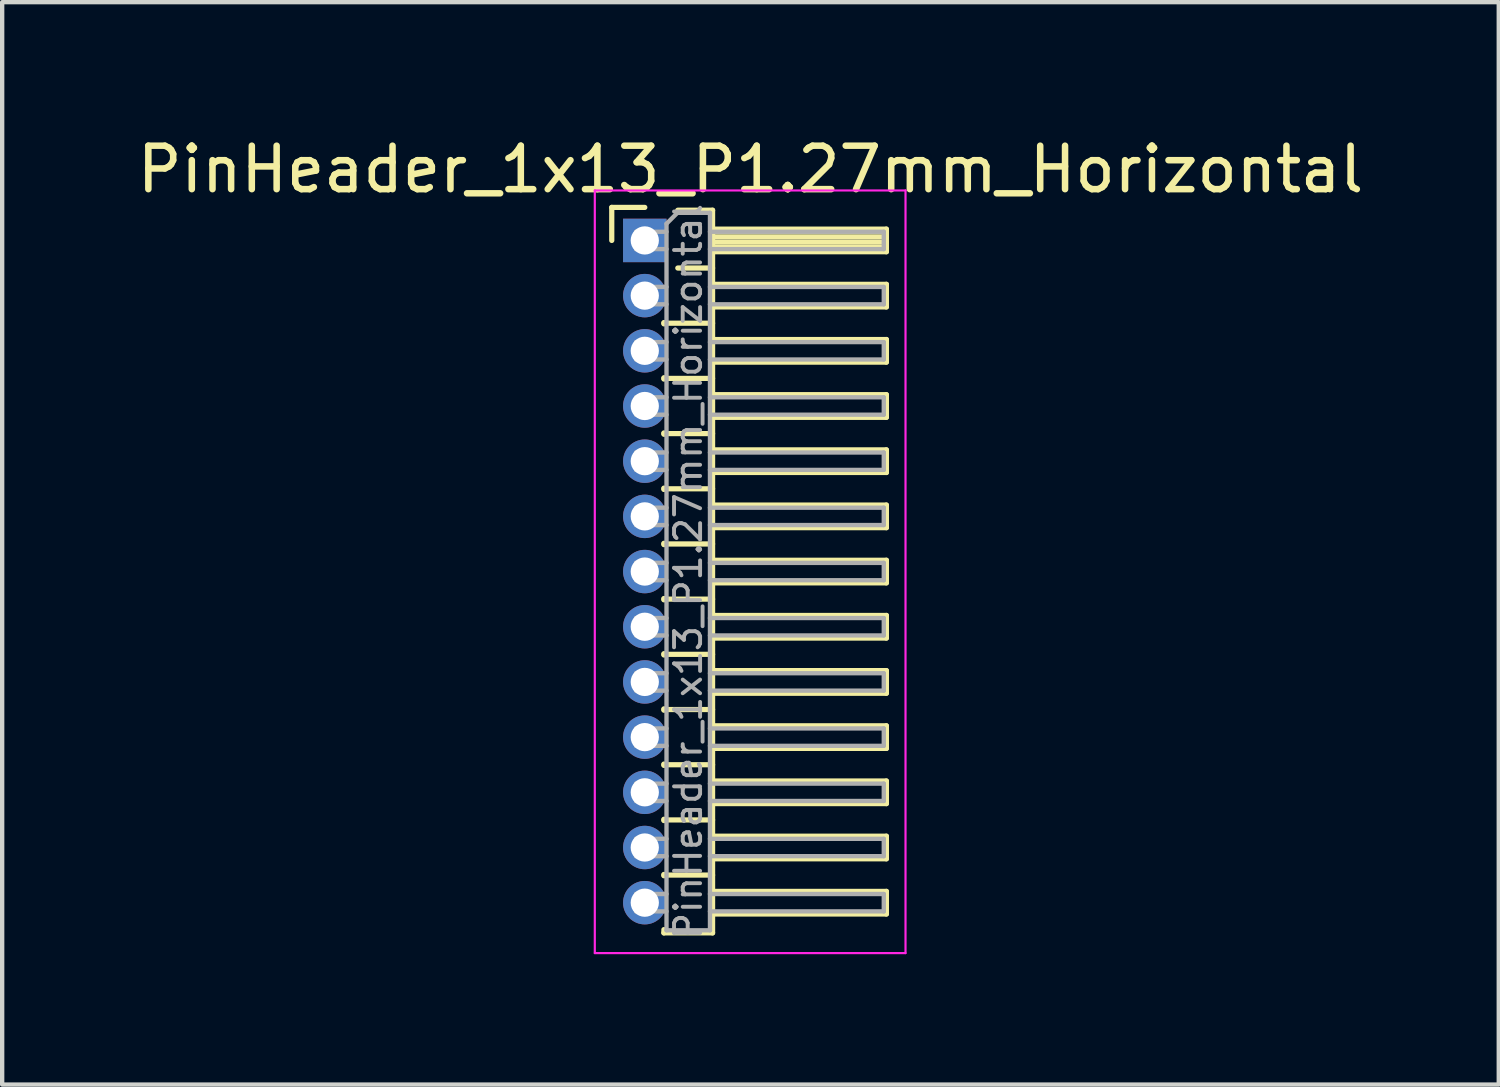
<source format=kicad_pcb>
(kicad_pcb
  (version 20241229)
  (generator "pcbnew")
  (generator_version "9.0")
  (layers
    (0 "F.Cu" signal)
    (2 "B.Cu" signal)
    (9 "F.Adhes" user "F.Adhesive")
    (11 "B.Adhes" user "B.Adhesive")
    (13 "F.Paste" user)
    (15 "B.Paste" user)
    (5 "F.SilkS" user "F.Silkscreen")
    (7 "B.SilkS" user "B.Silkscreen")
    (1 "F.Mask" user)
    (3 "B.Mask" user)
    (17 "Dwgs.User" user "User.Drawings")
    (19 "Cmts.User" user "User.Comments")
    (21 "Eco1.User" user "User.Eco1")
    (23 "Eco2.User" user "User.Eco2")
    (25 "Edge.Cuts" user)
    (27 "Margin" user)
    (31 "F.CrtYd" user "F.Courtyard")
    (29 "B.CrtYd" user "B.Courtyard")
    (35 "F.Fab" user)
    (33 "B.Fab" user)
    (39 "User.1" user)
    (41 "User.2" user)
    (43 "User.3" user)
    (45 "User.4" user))
  (footprint "PinHeader_1x13_P1.27mm_Horizontal"
    (layer "F.Cu")
    (at 11.788 2.483)
    (property "Reference" "PinHeader_1x13_P1.27mm_Horizontal" (at 2.433 -1.635 0) (layer "F.SilkS") (effects (font (size 1 1) (thickness 0.15))))
    (attr through_hole)
    (fp_line (start -0.76 -0.76) (end 0 -0.76) (stroke (width 0.12) (type solid)) (layer "F.SilkS"))
    (fp_line (start -0.76 0) (end -0.76 -0.76) (stroke (width 0.12) (type solid)) (layer "F.SilkS"))
    (fp_line (start 0.44 1.89) (end 0.44 1.92) (stroke (width 0.12) (type solid)) (layer "F.SilkS"))
    (fp_line (start 0.44 1.905) (end 1.56 1.905) (stroke (width 0.12) (type solid)) (layer "F.SilkS"))
    (fp_line (start 0.44 3.16) (end 0.44 3.19) (stroke (width 0.12) (type solid)) (layer "F.SilkS"))
    (fp_line (start 0.44 3.175) (end 1.56 3.175) (stroke (width 0.12) (type solid)) (layer "F.SilkS"))
    (fp_line (start 0.44 4.43) (end 0.44 4.46) (stroke (width 0.12) (type solid)) (layer "F.SilkS"))
    (fp_line (start 0.44 4.445) (end 1.56 4.445) (stroke (width 0.12) (type solid)) (layer "F.SilkS"))
    (fp_line (start 0.44 5.7) (end 0.44 5.73) (stroke (width 0.12) (type solid)) (layer "F.SilkS"))
    (fp_line (start 0.44 5.715) (end 1.56 5.715) (stroke (width 0.12) (type solid)) (layer "F.SilkS"))
    (fp_line (start 0.44 6.97) (end 0.44 7) (stroke (width 0.12) (type solid)) (layer "F.SilkS"))
    (fp_line (start 0.44 6.985) (end 1.56 6.985) (stroke (width 0.12) (type solid)) (layer "F.SilkS"))
    (fp_line (start 0.44 8.24) (end 0.44 8.27) (stroke (width 0.12) (type solid)) (layer "F.SilkS"))
    (fp_line (start 0.44 8.255) (end 1.56 8.255) (stroke (width 0.12) (type solid)) (layer "F.SilkS"))
    (fp_line (start 0.44 9.51) (end 0.44 9.54) (stroke (width 0.12) (type solid)) (layer "F.SilkS"))
    (fp_line (start 0.44 9.525) (end 1.56 9.525) (stroke (width 0.12) (type solid)) (layer "F.SilkS"))
    (fp_line (start 0.44 10.78) (end 0.44 10.81) (stroke (width 0.12) (type solid)) (layer "F.SilkS"))
    (fp_line (start 0.44 10.795) (end 1.56 10.795) (stroke (width 0.12) (type solid)) (layer "F.SilkS"))
    (fp_line (start 0.44 12.05) (end 0.44 12.08) (stroke (width 0.12) (type solid)) (layer "F.SilkS"))
    (fp_line (start 0.44 12.065) (end 1.56 12.065) (stroke (width 0.12) (type solid)) (layer "F.SilkS"))
    (fp_line (start 0.44 13.32) (end 0.44 13.35) (stroke (width 0.12) (type solid)) (layer "F.SilkS"))
    (fp_line (start 0.44 13.335) (end 1.56 13.335) (stroke (width 0.12) (type solid)) (layer "F.SilkS"))
    (fp_line (start 0.44 14.59) (end 0.44 14.62) (stroke (width 0.12) (type solid)) (layer "F.SilkS"))
    (fp_line (start 0.44 14.605) (end 1.56 14.605) (stroke (width 0.12) (type solid)) (layer "F.SilkS"))
    (fp_line (start 0.44 15.935) (end 0.44 15.86) (stroke (width 0.12) (type solid)) (layer "F.SilkS"))
    (fp_line (start 0.76 -0.695) (end 1.56 -0.695) (stroke (width 0.12) (type solid)) (layer "F.SilkS"))
    (fp_line (start 0.76 0.635) (end 1.56 0.635) (stroke (width 0.12) (type solid)) (layer "F.SilkS"))
    (fp_line (start 1.56 -0.695) (end 1.56 15.935) (stroke (width 0.12) (type solid)) (layer "F.SilkS"))
    (fp_line (start 1.56 -0.26) (end 5.56 -0.26) (stroke (width 0.12) (type solid)) (layer "F.SilkS"))
    (fp_line (start 1.56 -0.2) (end 5.56 -0.2) (stroke (width 0.12) (type solid)) (layer "F.SilkS"))
    (fp_line (start 1.56 -0.08) (end 5.56 -0.08) (stroke (width 0.12) (type solid)) (layer "F.SilkS"))
    (fp_line (start 1.56 0.04) (end 5.56 0.04) (stroke (width 0.12) (type solid)) (layer "F.SilkS"))
    (fp_line (start 1.56 0.16) (end 5.56 0.16) (stroke (width 0.12) (type solid)) (layer "F.SilkS"))
    (fp_line (start 1.56 1.01) (end 5.56 1.01) (stroke (width 0.12) (type solid)) (layer "F.SilkS"))
    (fp_line (start 1.56 2.28) (end 5.56 2.28) (stroke (width 0.12) (type solid)) (layer "F.SilkS"))
    (fp_line (start 1.56 3.55) (end 5.56 3.55) (stroke (width 0.12) (type solid)) (layer "F.SilkS"))
    (fp_line (start 1.56 4.82) (end 5.56 4.82) (stroke (width 0.12) (type solid)) (layer "F.SilkS"))
    (fp_line (start 1.56 6.09) (end 5.56 6.09) (stroke (width 0.12) (type solid)) (layer "F.SilkS"))
    (fp_line (start 1.56 7.36) (end 5.56 7.36) (stroke (width 0.12) (type solid)) (layer "F.SilkS"))
    (fp_line (start 1.56 8.63) (end 5.56 8.63) (stroke (width 0.12) (type solid)) (layer "F.SilkS"))
    (fp_line (start 1.56 9.9) (end 5.56 9.9) (stroke (width 0.12) (type solid)) (layer "F.SilkS"))
    (fp_line (start 1.56 11.17) (end 5.56 11.17) (stroke (width 0.12) (type solid)) (layer "F.SilkS"))
    (fp_line (start 1.56 12.44) (end 5.56 12.44) (stroke (width 0.12) (type solid)) (layer "F.SilkS"))
    (fp_line (start 1.56 13.71) (end 5.56 13.71) (stroke (width 0.12) (type solid)) (layer "F.SilkS"))
    (fp_line (start 1.56 14.98) (end 5.56 14.98) (stroke (width 0.12) (type solid)) (layer "F.SilkS"))
    (fp_line (start 1.56 15.935) (end 0.44 15.935) (stroke (width 0.12) (type solid)) (layer "F.SilkS"))
    (fp_line (start 5.56 -0.26) (end 5.56 0.26) (stroke (width 0.12) (type solid)) (layer "F.SilkS"))
    (fp_line (start 5.56 0.26) (end 1.56 0.26) (stroke (width 0.12) (type solid)) (layer "F.SilkS"))
    (fp_line (start 5.56 1.01) (end 5.56 1.53) (stroke (width 0.12) (type solid)) (layer "F.SilkS"))
    (fp_line (start 5.56 1.53) (end 1.56 1.53) (stroke (width 0.12) (type solid)) (layer "F.SilkS"))
    (fp_line (start 5.56 2.28) (end 5.56 2.8) (stroke (width 0.12) (type solid)) (layer "F.SilkS"))
    (fp_line (start 5.56 2.8) (end 1.56 2.8) (stroke (width 0.12) (type solid)) (layer "F.SilkS"))
    (fp_line (start 5.56 3.55) (end 5.56 4.07) (stroke (width 0.12) (type solid)) (layer "F.SilkS"))
    (fp_line (start 5.56 4.07) (end 1.56 4.07) (stroke (width 0.12) (type solid)) (layer "F.SilkS"))
    (fp_line (start 5.56 4.82) (end 5.56 5.34) (stroke (width 0.12) (type solid)) (layer "F.SilkS"))
    (fp_line (start 5.56 5.34) (end 1.56 5.34) (stroke (width 0.12) (type solid)) (layer "F.SilkS"))
    (fp_line (start 5.56 6.09) (end 5.56 6.61) (stroke (width 0.12) (type solid)) (layer "F.SilkS"))
    (fp_line (start 5.56 6.61) (end 1.56 6.61) (stroke (width 0.12) (type solid)) (layer "F.SilkS"))
    (fp_line (start 5.56 7.36) (end 5.56 7.88) (stroke (width 0.12) (type solid)) (layer "F.SilkS"))
    (fp_line (start 5.56 7.88) (end 1.56 7.88) (stroke (width 0.12) (type solid)) (layer "F.SilkS"))
    (fp_line (start 5.56 8.63) (end 5.56 9.15) (stroke (width 0.12) (type solid)) (layer "F.SilkS"))
    (fp_line (start 5.56 9.15) (end 1.56 9.15) (stroke (width 0.12) (type solid)) (layer "F.SilkS"))
    (fp_line (start 5.56 9.9) (end 5.56 10.42) (stroke (width 0.12) (type solid)) (layer "F.SilkS"))
    (fp_line (start 5.56 10.42) (end 1.56 10.42) (stroke (width 0.12) (type solid)) (layer "F.SilkS"))
    (fp_line (start 5.56 11.17) (end 5.56 11.69) (stroke (width 0.12) (type solid)) (layer "F.SilkS"))
    (fp_line (start 5.56 11.69) (end 1.56 11.69) (stroke (width 0.12) (type solid)) (layer "F.SilkS"))
    (fp_line (start 5.56 12.44) (end 5.56 12.96) (stroke (width 0.12) (type solid)) (layer "F.SilkS"))
    (fp_line (start 5.56 12.96) (end 1.56 12.96) (stroke (width 0.12) (type solid)) (layer "F.SilkS"))
    (fp_line (start 5.56 13.71) (end 5.56 14.23) (stroke (width 0.12) (type solid)) (layer "F.SilkS"))
    (fp_line (start 5.56 14.23) (end 1.56 14.23) (stroke (width 0.12) (type solid)) (layer "F.SilkS"))
    (fp_line (start 5.56 14.98) (end 5.56 15.5) (stroke (width 0.12) (type solid)) (layer "F.SilkS"))
    (fp_line (start 5.56 15.5) (end 1.56 15.5) (stroke (width 0.12) (type solid)) (layer "F.SilkS"))
    (fp_line (start -1.15 -1.15) (end -1.15 16.4) (stroke (width 0.05) (type solid)) (layer "F.CrtYd"))
    (fp_line (start -1.15 16.4) (end 6 16.4) (stroke (width 0.05) (type solid)) (layer "F.CrtYd"))
    (fp_line (start 6 -1.15) (end -1.15 -1.15) (stroke (width 0.05) (type solid)) (layer "F.CrtYd"))
    (fp_line (start 6 16.4) (end 6 -1.15) (stroke (width 0.05) (type solid)) (layer "F.CrtYd"))
    (fp_line (start -0.2 -0.2) (end -0.2 0.2) (stroke (width 0.1) (type solid)) (layer "F.Fab"))
    (fp_line (start -0.2 -0.2) (end 0.5 -0.2) (stroke (width 0.1) (type solid)) (layer "F.Fab"))
    (fp_line (start -0.2 0.2) (end 0.5 0.2) (stroke (width 0.1) (type solid)) (layer "F.Fab"))
    (fp_line (start -0.2 1.07) (end -0.2 1.47) (stroke (width 0.1) (type solid)) (layer "F.Fab"))
    (fp_line (start -0.2 1.07) (end 0.5 1.07) (stroke (width 0.1) (type solid)) (layer "F.Fab"))
    (fp_line (start -0.2 1.47) (end 0.5 1.47) (stroke (width 0.1) (type solid)) (layer "F.Fab"))
    (fp_line (start -0.2 2.34) (end -0.2 2.74) (stroke (width 0.1) (type solid)) (layer "F.Fab"))
    (fp_line (start -0.2 2.34) (end 0.5 2.34) (stroke (width 0.1) (type solid)) (layer "F.Fab"))
    (fp_line (start -0.2 2.74) (end 0.5 2.74) (stroke (width 0.1) (type solid)) (layer "F.Fab"))
    (fp_line (start -0.2 3.61) (end -0.2 4.01) (stroke (width 0.1) (type solid)) (layer "F.Fab"))
    (fp_line (start -0.2 3.61) (end 0.5 3.61) (stroke (width 0.1) (type solid)) (layer "F.Fab"))
    (fp_line (start -0.2 4.01) (end 0.5 4.01) (stroke (width 0.1) (type solid)) (layer "F.Fab"))
    (fp_line (start -0.2 4.88) (end -0.2 5.28) (stroke (width 0.1) (type solid)) (layer "F.Fab"))
    (fp_line (start -0.2 4.88) (end 0.5 4.88) (stroke (width 0.1) (type solid)) (layer "F.Fab"))
    (fp_line (start -0.2 5.28) (end 0.5 5.28) (stroke (width 0.1) (type solid)) (layer "F.Fab"))
    (fp_line (start -0.2 6.15) (end -0.2 6.55) (stroke (width 0.1) (type solid)) (layer "F.Fab"))
    (fp_line (start -0.2 6.15) (end 0.5 6.15) (stroke (width 0.1) (type solid)) (layer "F.Fab"))
    (fp_line (start -0.2 6.55) (end 0.5 6.55) (stroke (width 0.1) (type solid)) (layer "F.Fab"))
    (fp_line (start -0.2 7.42) (end -0.2 7.82) (stroke (width 0.1) (type solid)) (layer "F.Fab"))
    (fp_line (start -0.2 7.42) (end 0.5 7.42) (stroke (width 0.1) (type solid)) (layer "F.Fab"))
    (fp_line (start -0.2 7.82) (end 0.5 7.82) (stroke (width 0.1) (type solid)) (layer "F.Fab"))
    (fp_line (start -0.2 8.69) (end -0.2 9.09) (stroke (width 0.1) (type solid)) (layer "F.Fab"))
    (fp_line (start -0.2 8.69) (end 0.5 8.69) (stroke (width 0.1) (type solid)) (layer "F.Fab"))
    (fp_line (start -0.2 9.09) (end 0.5 9.09) (stroke (width 0.1) (type solid)) (layer "F.Fab"))
    (fp_line (start -0.2 9.96) (end -0.2 10.36) (stroke (width 0.1) (type solid)) (layer "F.Fab"))
    (fp_line (start -0.2 9.96) (end 0.5 9.96) (stroke (width 0.1) (type solid)) (layer "F.Fab"))
    (fp_line (start -0.2 10.36) (end 0.5 10.36) (stroke (width 0.1) (type solid)) (layer "F.Fab"))
    (fp_line (start -0.2 11.23) (end -0.2 11.63) (stroke (width 0.1) (type solid)) (layer "F.Fab"))
    (fp_line (start -0.2 11.23) (end 0.5 11.23) (stroke (width 0.1) (type solid)) (layer "F.Fab"))
    (fp_line (start -0.2 11.63) (end 0.5 11.63) (stroke (width 0.1) (type solid)) (layer "F.Fab"))
    (fp_line (start -0.2 12.5) (end -0.2 12.9) (stroke (width 0.1) (type solid)) (layer "F.Fab"))
    (fp_line (start -0.2 12.5) (end 0.5 12.5) (stroke (width 0.1) (type solid)) (layer "F.Fab"))
    (fp_line (start -0.2 12.9) (end 0.5 12.9) (stroke (width 0.1) (type solid)) (layer "F.Fab"))
    (fp_line (start -0.2 13.77) (end -0.2 14.17) (stroke (width 0.1) (type solid)) (layer "F.Fab"))
    (fp_line (start -0.2 13.77) (end 0.5 13.77) (stroke (width 0.1) (type solid)) (layer "F.Fab"))
    (fp_line (start -0.2 14.17) (end 0.5 14.17) (stroke (width 0.1) (type solid)) (layer "F.Fab"))
    (fp_line (start -0.2 15.04) (end -0.2 15.44) (stroke (width 0.1) (type solid)) (layer "F.Fab"))
    (fp_line (start -0.2 15.04) (end 0.5 15.04) (stroke (width 0.1) (type solid)) (layer "F.Fab"))
    (fp_line (start -0.2 15.44) (end 0.5 15.44) (stroke (width 0.1) (type solid)) (layer "F.Fab"))
    (fp_line (start 0.5 -0.385) (end 0.75 -0.635) (stroke (width 0.1) (type solid)) (layer "F.Fab"))
    (fp_line (start 0.5 15.875) (end 0.5 -0.385) (stroke (width 0.1) (type solid)) (layer "F.Fab"))
    (fp_line (start 0.75 -0.635) (end 1.5 -0.635) (stroke (width 0.1) (type solid)) (layer "F.Fab"))
    (fp_line (start 1.5 -0.635) (end 1.5 15.875) (stroke (width 0.1) (type solid)) (layer "F.Fab"))
    (fp_line (start 1.5 -0.2) (end 5.5 -0.2) (stroke (width 0.1) (type solid)) (layer "F.Fab"))
    (fp_line (start 1.5 0.2) (end 5.5 0.2) (stroke (width 0.1) (type solid)) (layer "F.Fab"))
    (fp_line (start 1.5 1.07) (end 5.5 1.07) (stroke (width 0.1) (type solid)) (layer "F.Fab"))
    (fp_line (start 1.5 1.47) (end 5.5 1.47) (stroke (width 0.1) (type solid)) (layer "F.Fab"))
    (fp_line (start 1.5 2.34) (end 5.5 2.34) (stroke (width 0.1) (type solid)) (layer "F.Fab"))
    (fp_line (start 1.5 2.74) (end 5.5 2.74) (stroke (width 0.1) (type solid)) (layer "F.Fab"))
    (fp_line (start 1.5 3.61) (end 5.5 3.61) (stroke (width 0.1) (type solid)) (layer "F.Fab"))
    (fp_line (start 1.5 4.01) (end 5.5 4.01) (stroke (width 0.1) (type solid)) (layer "F.Fab"))
    (fp_line (start 1.5 4.88) (end 5.5 4.88) (stroke (width 0.1) (type solid)) (layer "F.Fab"))
    (fp_line (start 1.5 5.28) (end 5.5 5.28) (stroke (width 0.1) (type solid)) (layer "F.Fab"))
    (fp_line (start 1.5 6.15) (end 5.5 6.15) (stroke (width 0.1) (type solid)) (layer "F.Fab"))
    (fp_line (start 1.5 6.55) (end 5.5 6.55) (stroke (width 0.1) (type solid)) (layer "F.Fab"))
    (fp_line (start 1.5 7.42) (end 5.5 7.42) (stroke (width 0.1) (type solid)) (layer "F.Fab"))
    (fp_line (start 1.5 7.82) (end 5.5 7.82) (stroke (width 0.1) (type solid)) (layer "F.Fab"))
    (fp_line (start 1.5 8.69) (end 5.5 8.69) (stroke (width 0.1) (type solid)) (layer "F.Fab"))
    (fp_line (start 1.5 9.09) (end 5.5 9.09) (stroke (width 0.1) (type solid)) (layer "F.Fab"))
    (fp_line (start 1.5 9.96) (end 5.5 9.96) (stroke (width 0.1) (type solid)) (layer "F.Fab"))
    (fp_line (start 1.5 10.36) (end 5.5 10.36) (stroke (width 0.1) (type solid)) (layer "F.Fab"))
    (fp_line (start 1.5 11.23) (end 5.5 11.23) (stroke (width 0.1) (type solid)) (layer "F.Fab"))
    (fp_line (start 1.5 11.63) (end 5.5 11.63) (stroke (width 0.1) (type solid)) (layer "F.Fab"))
    (fp_line (start 1.5 12.5) (end 5.5 12.5) (stroke (width 0.1) (type solid)) (layer "F.Fab"))
    (fp_line (start 1.5 12.9) (end 5.5 12.9) (stroke (width 0.1) (type solid)) (layer "F.Fab"))
    (fp_line (start 1.5 13.77) (end 5.5 13.77) (stroke (width 0.1) (type solid)) (layer "F.Fab"))
    (fp_line (start 1.5 14.17) (end 5.5 14.17) (stroke (width 0.1) (type solid)) (layer "F.Fab"))
    (fp_line (start 1.5 15.04) (end 5.5 15.04) (stroke (width 0.1) (type solid)) (layer "F.Fab"))
    (fp_line (start 1.5 15.44) (end 5.5 15.44) (stroke (width 0.1) (type solid)) (layer "F.Fab"))
    (fp_line (start 1.5 15.875) (end 0.5 15.875) (stroke (width 0.1) (type solid)) (layer "F.Fab"))
    (fp_line (start 5.5 -0.2) (end 5.5 0.2) (stroke (width 0.1) (type solid)) (layer "F.Fab"))
    (fp_line (start 5.5 1.07) (end 5.5 1.47) (stroke (width 0.1) (type solid)) (layer "F.Fab"))
    (fp_line (start 5.5 2.34) (end 5.5 2.74) (stroke (width 0.1) (type solid)) (layer "F.Fab"))
    (fp_line (start 5.5 3.61) (end 5.5 4.01) (stroke (width 0.1) (type solid)) (layer "F.Fab"))
    (fp_line (start 5.5 4.88) (end 5.5 5.28) (stroke (width 0.1) (type solid)) (layer "F.Fab"))
    (fp_line (start 5.5 6.15) (end 5.5 6.55) (stroke (width 0.1) (type solid)) (layer "F.Fab"))
    (fp_line (start 5.5 7.42) (end 5.5 7.82) (stroke (width 0.1) (type solid)) (layer "F.Fab"))
    (fp_line (start 5.5 8.69) (end 5.5 9.09) (stroke (width 0.1) (type solid)) (layer "F.Fab"))
    (fp_line (start 5.5 9.96) (end 5.5 10.36) (stroke (width 0.1) (type solid)) (layer "F.Fab"))
    (fp_line (start 5.5 11.23) (end 5.5 11.63) (stroke (width 0.1) (type solid)) (layer "F.Fab"))
    (fp_line (start 5.5 12.5) (end 5.5 12.9) (stroke (width 0.1) (type solid)) (layer "F.Fab"))
    (fp_line (start 5.5 13.77) (end 5.5 14.17) (stroke (width 0.1) (type solid)) (layer "F.Fab"))
    (fp_line (start 5.5 15.04) (end 5.5 15.44) (stroke (width 0.1) (type solid)) (layer "F.Fab"))
    (fp_text user "${REFERENCE}" (at 1 7.62 90) (layer "F.Fab") (effects (font (size 0.6 0.6) (thickness 0.09))))
    (pad "1" thru_hole rect (at 0 0) (size 1 1) (drill 0.65) (layers "*.Cu" "*.Mask"))
    (pad "2" thru_hole oval (at 0 1.27) (size 1 1) (drill 0.65) (layers "*.Cu" "*.Mask"))
    (pad "3" thru_hole oval (at 0 2.54) (size 1 1) (drill 0.65) (layers "*.Cu" "*.Mask"))
    (pad "4" thru_hole oval (at 0 3.81) (size 1 1) (drill 0.65) (layers "*.Cu" "*.Mask"))
    (pad "5" thru_hole oval (at 0 5.08) (size 1 1) (drill 0.65) (layers "*.Cu" "*.Mask"))
    (pad "6" thru_hole oval (at 0 6.35) (size 1 1) (drill 0.65) (layers "*.Cu" "*.Mask"))
    (pad "7" thru_hole oval (at 0 7.62) (size 1 1) (drill 0.65) (layers "*.Cu" "*.Mask"))
    (pad "8" thru_hole oval (at 0 8.89) (size 1 1) (drill 0.65) (layers "*.Cu" "*.Mask"))
    (pad "9" thru_hole oval (at 0 10.16) (size 1 1) (drill 0.65) (layers "*.Cu" "*.Mask"))
    (pad "10" thru_hole oval (at 0 11.43) (size 1 1) (drill 0.65) (layers "*.Cu" "*.Mask"))
    (pad "11" thru_hole oval (at 0 12.7) (size 1 1) (drill 0.65) (layers "*.Cu" "*.Mask"))
    (pad "12" thru_hole oval (at 0 13.97) (size 1 1) (drill 0.65) (layers "*.Cu" "*.Mask"))
    (pad "13" thru_hole oval (at 0 15.24) (size 1 1) (drill 0.65) (layers "*.Cu" "*.Mask")))
  (gr_rect
    (start -3 -3)
    (end 31.44 21.908)
    (stroke (width 0.1) (type default))
    (fill no)
    (layer "Edge.Cuts")))
</source>
